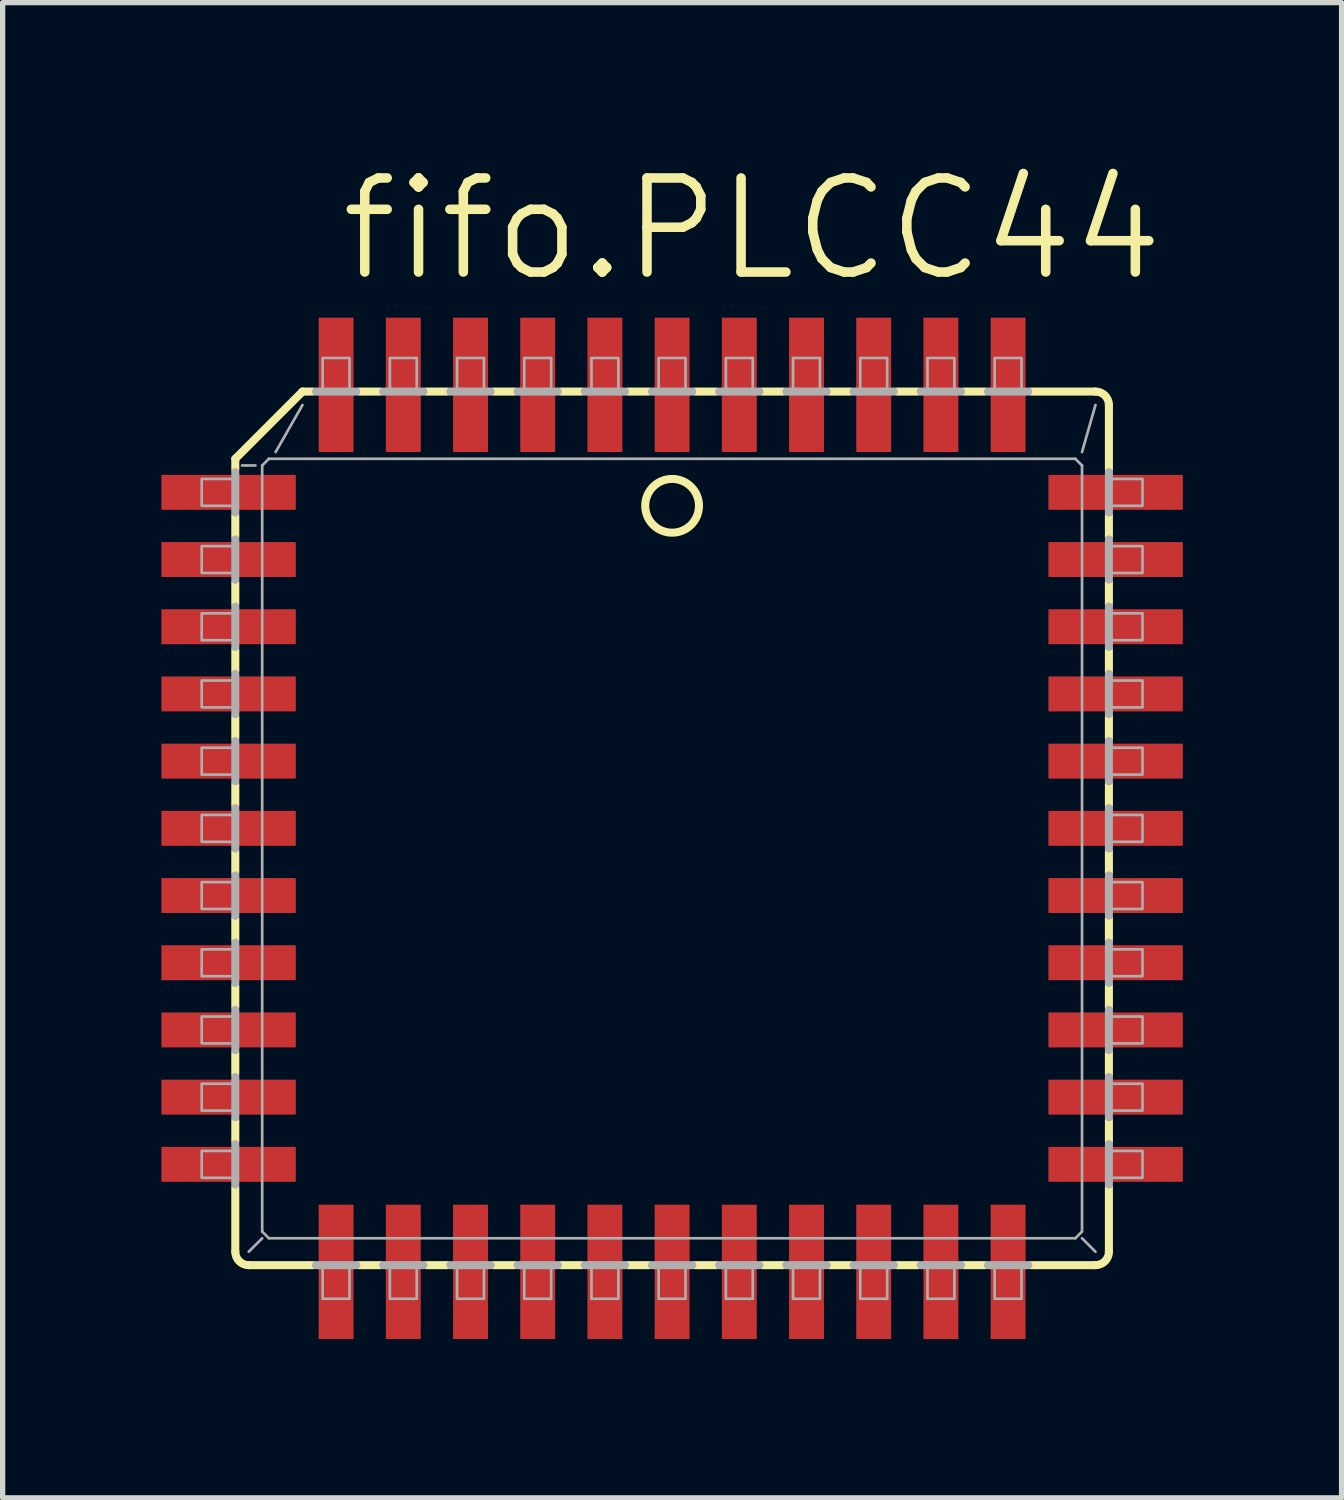
<source format=kicad_pcb>
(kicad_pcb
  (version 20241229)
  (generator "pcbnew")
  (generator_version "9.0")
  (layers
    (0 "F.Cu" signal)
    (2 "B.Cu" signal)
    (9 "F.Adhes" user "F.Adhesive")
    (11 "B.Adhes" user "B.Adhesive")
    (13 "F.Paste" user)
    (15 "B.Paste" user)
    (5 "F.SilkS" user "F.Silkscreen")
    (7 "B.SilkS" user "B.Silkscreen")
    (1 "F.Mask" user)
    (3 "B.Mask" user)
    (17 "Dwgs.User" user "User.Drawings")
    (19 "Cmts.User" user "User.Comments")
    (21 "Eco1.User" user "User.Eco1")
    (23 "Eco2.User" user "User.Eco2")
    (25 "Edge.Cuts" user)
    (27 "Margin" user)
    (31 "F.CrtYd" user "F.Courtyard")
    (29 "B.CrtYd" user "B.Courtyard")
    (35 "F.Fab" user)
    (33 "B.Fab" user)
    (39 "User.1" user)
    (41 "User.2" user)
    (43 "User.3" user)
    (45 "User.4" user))
  (footprint "fifo.PLCC44"
    (layer "F.Cu")
    (at 9.652 12.605)
    (property "Reference" "fifo.PLCC44" (at -6.35 -10.287 0) (layer "F.SilkS") (effects (font (size 1.778 1.778) (thickness 0.18)) (justify left bottom)))
    (attr smd)
    (fp_line (start -8.255 -6.985) (end -8.255 -6.782) (stroke (width 0.152) (type default)) (layer "F.SilkS"))
    (fp_line (start -8.255 -6.985) (end -6.985 -8.255) (stroke (width 0.152) (type default)) (layer "F.SilkS"))
    (fp_line (start -8.255 -5.918) (end -8.255 -5.512) (stroke (width 0.152) (type default)) (layer "F.SilkS"))
    (fp_line (start -8.255 -4.648) (end -8.255 -4.242) (stroke (width 0.152) (type default)) (layer "F.SilkS"))
    (fp_line (start -8.255 -3.378) (end -8.255 -2.972) (stroke (width 0.152) (type default)) (layer "F.SilkS"))
    (fp_line (start -8.255 -2.108) (end -8.255 -1.702) (stroke (width 0.152) (type default)) (layer "F.SilkS"))
    (fp_line (start -8.255 -0.838) (end -8.255 -0.432) (stroke (width 0.152) (type default)) (layer "F.SilkS"))
    (fp_line (start -8.255 0.432) (end -8.255 0.838) (stroke (width 0.152) (type default)) (layer "F.SilkS"))
    (fp_line (start -8.255 2.108) (end -8.255 1.702) (stroke (width 0.152) (type default)) (layer "F.SilkS"))
    (fp_line (start -8.255 2.972) (end -8.255 3.378) (stroke (width 0.152) (type default)) (layer "F.SilkS"))
    (fp_line (start -8.255 4.648) (end -8.255 4.242) (stroke (width 0.152) (type default)) (layer "F.SilkS"))
    (fp_line (start -8.255 5.512) (end -8.255 5.918) (stroke (width 0.152) (type default)) (layer "F.SilkS"))
    (fp_line (start -8.255 8.001) (end -8.255 6.782) (stroke (width 0.152) (type default)) (layer "F.SilkS"))
    (fp_line (start -8.001 8.255) (end -6.782 8.255) (stroke (width 0.152) (type default)) (layer "F.SilkS"))
    (fp_line (start -6.985 -8.255) (end -6.782 -8.255) (stroke (width 0.152) (type default)) (layer "F.SilkS"))
    (fp_line (start -5.918 8.255) (end -5.512 8.255) (stroke (width 0.152) (type default)) (layer "F.SilkS"))
    (fp_line (start -5.512 -8.255) (end -5.918 -8.255) (stroke (width 0.152) (type default)) (layer "F.SilkS"))
    (fp_line (start -4.648 -8.255) (end -4.242 -8.255) (stroke (width 0.152) (type default)) (layer "F.SilkS"))
    (fp_line (start -4.648 8.255) (end -4.242 8.255) (stroke (width 0.152) (type default)) (layer "F.SilkS"))
    (fp_line (start -3.378 8.255) (end -2.972 8.255) (stroke (width 0.152) (type default)) (layer "F.SilkS"))
    (fp_line (start -2.972 -8.255) (end -3.378 -8.255) (stroke (width 0.152) (type default)) (layer "F.SilkS"))
    (fp_line (start -2.108 -8.255) (end -1.702 -8.255) (stroke (width 0.152) (type default)) (layer "F.SilkS"))
    (fp_line (start -2.108 8.255) (end -1.702 8.255) (stroke (width 0.152) (type default)) (layer "F.SilkS"))
    (fp_line (start -0.838 8.255) (end -0.432 8.255) (stroke (width 0.152) (type default)) (layer "F.SilkS"))
    (fp_line (start -0.432 -8.255) (end -0.838 -8.255) (stroke (width 0.152) (type default)) (layer "F.SilkS"))
    (fp_line (start 0.432 8.255) (end 0.838 8.255) (stroke (width 0.152) (type default)) (layer "F.SilkS"))
    (fp_line (start 0.838 -8.255) (end 0.432 -8.255) (stroke (width 0.152) (type default)) (layer "F.SilkS"))
    (fp_line (start 2.108 -8.255) (end 1.702 -8.255) (stroke (width 0.152) (type default)) (layer "F.SilkS"))
    (fp_line (start 2.108 8.255) (end 1.702 8.255) (stroke (width 0.152) (type default)) (layer "F.SilkS"))
    (fp_line (start 2.972 8.255) (end 3.378 8.255) (stroke (width 0.152) (type default)) (layer "F.SilkS"))
    (fp_line (start 3.378 -8.255) (end 2.972 -8.255) (stroke (width 0.152) (type default)) (layer "F.SilkS"))
    (fp_line (start 4.648 -8.255) (end 4.242 -8.255) (stroke (width 0.152) (type default)) (layer "F.SilkS"))
    (fp_line (start 4.648 8.255) (end 4.242 8.255) (stroke (width 0.152) (type default)) (layer "F.SilkS"))
    (fp_line (start 5.512 8.255) (end 5.918 8.255) (stroke (width 0.152) (type default)) (layer "F.SilkS"))
    (fp_line (start 5.918 -8.255) (end 5.512 -8.255) (stroke (width 0.152) (type default)) (layer "F.SilkS"))
    (fp_line (start 8.001 -8.255) (end 6.782 -8.255) (stroke (width 0.152) (type default)) (layer "F.SilkS"))
    (fp_line (start 8.001 8.255) (end 6.782 8.255) (stroke (width 0.152) (type default)) (layer "F.SilkS"))
    (fp_line (start 8.255 -8.001) (end 8.255 -6.782) (stroke (width 0.152) (type default)) (layer "F.SilkS"))
    (fp_line (start 8.255 -5.512) (end 8.255 -5.918) (stroke (width 0.152) (type default)) (layer "F.SilkS"))
    (fp_line (start 8.255 -4.648) (end 8.255 -4.242) (stroke (width 0.152) (type default)) (layer "F.SilkS"))
    (fp_line (start 8.255 -2.972) (end 8.255 -3.378) (stroke (width 0.152) (type default)) (layer "F.SilkS"))
    (fp_line (start 8.255 -2.108) (end 8.255 -1.702) (stroke (width 0.152) (type default)) (layer "F.SilkS"))
    (fp_line (start 8.255 -0.432) (end 8.255 -0.838) (stroke (width 0.152) (type default)) (layer "F.SilkS"))
    (fp_line (start 8.255 0.838) (end 8.255 0.432) (stroke (width 0.152) (type default)) (layer "F.SilkS"))
    (fp_line (start 8.255 2.108) (end 8.255 1.702) (stroke (width 0.152) (type default)) (layer "F.SilkS"))
    (fp_line (start 8.255 3.378) (end 8.255 2.972) (stroke (width 0.152) (type default)) (layer "F.SilkS"))
    (fp_line (start 8.255 4.648) (end 8.255 4.242) (stroke (width 0.152) (type default)) (layer "F.SilkS"))
    (fp_line (start 8.255 5.918) (end 8.255 5.512) (stroke (width 0.152) (type default)) (layer "F.SilkS"))
    (fp_line (start 8.255 8.001) (end 8.255 6.782) (stroke (width 0.152) (type default)) (layer "F.SilkS"))
    (fp_arc (start -8.001 8.255) (mid -8.180605 8.180605) (end -8.255 8.001) (stroke (width 0.1524) (type default)) (layer "F.SilkS"))
    (fp_arc (start 8.001 -8.255) (mid 8.180605 -8.180605) (end 8.255 -8.001) (stroke (width 0.1524) (type default)) (layer "F.SilkS"))
    (fp_arc (start 8.255 8.001) (mid 8.180605 8.180605) (end 8.001 8.255) (stroke (width 0.1524) (type default)) (layer "F.SilkS"))
    (fp_circle (center 0 -6.096) (end 0.508 -6.096) (stroke (width 0.152) (type default)) (fill no) (layer "F.SilkS"))
    (fp_line (start -8.255 -6.731) (end -8.255 -5.969) (stroke (width 0.152) (type default)) (layer "F.Fab"))
    (fp_line (start -8.255 -5.461) (end -8.255 -4.699) (stroke (width 0.152) (type default)) (layer "F.Fab"))
    (fp_line (start -8.255 -4.191) (end -8.255 -3.429) (stroke (width 0.152) (type default)) (layer "F.Fab"))
    (fp_line (start -8.255 -2.921) (end -8.255 -2.159) (stroke (width 0.152) (type default)) (layer "F.Fab"))
    (fp_line (start -8.255 -1.651) (end -8.255 -0.889) (stroke (width 0.152) (type default)) (layer "F.Fab"))
    (fp_line (start -8.255 -0.381) (end -8.255 0.381) (stroke (width 0.152) (type default)) (layer "F.Fab"))
    (fp_line (start -8.255 0.889) (end -8.255 1.651) (stroke (width 0.152) (type default)) (layer "F.Fab"))
    (fp_line (start -8.255 2.159) (end -8.255 2.921) (stroke (width 0.152) (type default)) (layer "F.Fab"))
    (fp_line (start -8.255 3.429) (end -8.255 4.191) (stroke (width 0.152) (type default)) (layer "F.Fab"))
    (fp_line (start -8.255 4.699) (end -8.255 5.461) (stroke (width 0.152) (type default)) (layer "F.Fab"))
    (fp_line (start -8.255 5.969) (end -8.255 6.731) (stroke (width 0.152) (type default)) (layer "F.Fab"))
    (fp_line (start -8.128 -6.858) (end -7.874 -6.858) (stroke (width 0.051) (type default)) (layer "F.Fab"))
    (fp_line (start -7.747 7.62) (end -7.747 -6.858) (stroke (width 0.051) (type default)) (layer "F.Fab"))
    (fp_line (start -7.747 7.62) (end -7.62 7.747) (stroke (width 0.051) (type default)) (layer "F.Fab"))
    (fp_line (start -7.747 7.747) (end -8.001 8.001) (stroke (width 0.051) (type default)) (layer "F.Fab"))
    (fp_line (start -7.62 -6.985) (end -7.747 -6.858) (stroke (width 0.051) (type default)) (layer "F.Fab"))
    (fp_line (start -7.62 -6.985) (end 7.62 -6.985) (stroke (width 0.051) (type default)) (layer "F.Fab"))
    (fp_line (start -6.985 -8.001) (end -7.493 -7.112) (stroke (width 0.051) (type default)) (layer "F.Fab"))
    (fp_line (start -6.731 8.255) (end -5.969 8.255) (stroke (width 0.152) (type default)) (layer "F.Fab"))
    (fp_line (start -5.969 -8.255) (end -6.731 -8.255) (stroke (width 0.152) (type default)) (layer "F.Fab"))
    (fp_line (start -5.461 8.255) (end -4.699 8.255) (stroke (width 0.152) (type default)) (layer "F.Fab"))
    (fp_line (start -4.699 -8.255) (end -5.461 -8.255) (stroke (width 0.152) (type default)) (layer "F.Fab"))
    (fp_line (start -4.191 8.255) (end -3.429 8.255) (stroke (width 0.152) (type default)) (layer "F.Fab"))
    (fp_line (start -3.429 -8.255) (end -4.191 -8.255) (stroke (width 0.152) (type default)) (layer "F.Fab"))
    (fp_line (start -2.921 8.255) (end -2.159 8.255) (stroke (width 0.152) (type default)) (layer "F.Fab"))
    (fp_line (start -2.159 -8.255) (end -2.921 -8.255) (stroke (width 0.152) (type default)) (layer "F.Fab"))
    (fp_line (start -1.651 8.255) (end -0.889 8.255) (stroke (width 0.152) (type default)) (layer "F.Fab"))
    (fp_line (start -0.889 -8.255) (end -1.651 -8.255) (stroke (width 0.152) (type default)) (layer "F.Fab"))
    (fp_line (start -0.381 8.255) (end 0.381 8.255) (stroke (width 0.152) (type default)) (layer "F.Fab"))
    (fp_line (start 0.381 -8.255) (end -0.381 -8.255) (stroke (width 0.152) (type default)) (layer "F.Fab"))
    (fp_line (start 0.889 8.255) (end 1.651 8.255) (stroke (width 0.152) (type default)) (layer "F.Fab"))
    (fp_line (start 1.651 -8.255) (end 0.889 -8.255) (stroke (width 0.152) (type default)) (layer "F.Fab"))
    (fp_line (start 2.159 8.255) (end 2.921 8.255) (stroke (width 0.152) (type default)) (layer "F.Fab"))
    (fp_line (start 2.921 -8.255) (end 2.159 -8.255) (stroke (width 0.152) (type default)) (layer "F.Fab"))
    (fp_line (start 3.429 8.255) (end 4.191 8.255) (stroke (width 0.152) (type default)) (layer "F.Fab"))
    (fp_line (start 4.191 -8.255) (end 3.429 -8.255) (stroke (width 0.152) (type default)) (layer "F.Fab"))
    (fp_line (start 4.699 8.255) (end 5.461 8.255) (stroke (width 0.152) (type default)) (layer "F.Fab"))
    (fp_line (start 5.461 -8.255) (end 4.699 -8.255) (stroke (width 0.152) (type default)) (layer "F.Fab"))
    (fp_line (start 5.969 8.255) (end 6.731 8.255) (stroke (width 0.152) (type default)) (layer "F.Fab"))
    (fp_line (start 6.731 -8.255) (end 5.969 -8.255) (stroke (width 0.152) (type default)) (layer "F.Fab"))
    (fp_line (start 7.62 7.747) (end -7.62 7.747) (stroke (width 0.051) (type default)) (layer "F.Fab"))
    (fp_line (start 7.62 7.747) (end 7.747 7.62) (stroke (width 0.051) (type default)) (layer "F.Fab"))
    (fp_line (start 7.747 -6.858) (end 7.62 -6.985) (stroke (width 0.051) (type default)) (layer "F.Fab"))
    (fp_line (start 7.747 -6.858) (end 7.747 7.62) (stroke (width 0.051) (type default)) (layer "F.Fab"))
    (fp_line (start 7.747 7.747) (end 8.001 8.001) (stroke (width 0.051) (type default)) (layer "F.Fab"))
    (fp_line (start 8.001 -8.001) (end 7.747 -7.112) (stroke (width 0.051) (type default)) (layer "F.Fab"))
    (fp_line (start 8.255 -5.969) (end 8.255 -6.731) (stroke (width 0.152) (type default)) (layer "F.Fab"))
    (fp_line (start 8.255 -4.699) (end 8.255 -5.461) (stroke (width 0.152) (type default)) (layer "F.Fab"))
    (fp_line (start 8.255 -3.429) (end 8.255 -4.191) (stroke (width 0.152) (type default)) (layer "F.Fab"))
    (fp_line (start 8.255 -2.159) (end 8.255 -2.921) (stroke (width 0.152) (type default)) (layer "F.Fab"))
    (fp_line (start 8.255 -0.889) (end 8.255 -1.651) (stroke (width 0.152) (type default)) (layer "F.Fab"))
    (fp_line (start 8.255 0.381) (end 8.255 -0.381) (stroke (width 0.152) (type default)) (layer "F.Fab"))
    (fp_line (start 8.255 1.651) (end 8.255 0.889) (stroke (width 0.152) (type default)) (layer "F.Fab"))
    (fp_line (start 8.255 2.921) (end 8.255 2.159) (stroke (width 0.152) (type default)) (layer "F.Fab"))
    (fp_line (start 8.255 4.191) (end 8.255 3.429) (stroke (width 0.152) (type default)) (layer "F.Fab"))
    (fp_line (start 8.255 5.461) (end 8.255 4.699) (stroke (width 0.152) (type default)) (layer "F.Fab"))
    (fp_line (start 8.255 6.731) (end 8.255 5.969) (stroke (width 0.152) (type default)) (layer "F.Fab"))
    (fp_rect (start -8.89 -6.096) (end -8.255 -6.604) (stroke (width 0.05) (type default)) (fill no) (layer "F.Fab"))
    (fp_rect (start -8.89 -4.826) (end -8.255 -5.334) (stroke (width 0.05) (type default)) (fill no) (layer "F.Fab"))
    (fp_rect (start -8.89 -3.556) (end -8.255 -4.064) (stroke (width 0.05) (type default)) (fill no) (layer "F.Fab"))
    (fp_rect (start -8.89 -2.286) (end -8.255 -2.794) (stroke (width 0.05) (type default)) (fill no) (layer "F.Fab"))
    (fp_rect (start -8.89 -1.016) (end -8.255 -1.524) (stroke (width 0.05) (type default)) (fill no) (layer "F.Fab"))
    (fp_rect (start -8.89 0.254) (end -8.255 -0.254) (stroke (width 0.05) (type default)) (fill no) (layer "F.Fab"))
    (fp_rect (start -8.89 1.524) (end -8.255 1.016) (stroke (width 0.05) (type default)) (fill no) (layer "F.Fab"))
    (fp_rect (start -8.89 2.794) (end -8.255 2.286) (stroke (width 0.05) (type default)) (fill no) (layer "F.Fab"))
    (fp_rect (start -8.89 4.064) (end -8.255 3.556) (stroke (width 0.05) (type default)) (fill no) (layer "F.Fab"))
    (fp_rect (start -8.89 5.334) (end -8.255 4.826) (stroke (width 0.05) (type default)) (fill no) (layer "F.Fab"))
    (fp_rect (start -8.89 6.604) (end -8.255 6.096) (stroke (width 0.05) (type default)) (fill no) (layer "F.Fab"))
    (fp_rect (start -6.604 -8.255) (end -6.096 -8.89) (stroke (width 0.05) (type default)) (fill no) (layer "F.Fab"))
    (fp_rect (start -6.604 8.89) (end -6.096 8.255) (stroke (width 0.05) (type default)) (fill no) (layer "F.Fab"))
    (fp_rect (start -5.334 -8.255) (end -4.826 -8.89) (stroke (width 0.05) (type default)) (fill no) (layer "F.Fab"))
    (fp_rect (start -5.334 8.89) (end -4.826 8.255) (stroke (width 0.05) (type default)) (fill no) (layer "F.Fab"))
    (fp_rect (start -4.064 -8.255) (end -3.556 -8.89) (stroke (width 0.05) (type default)) (fill no) (layer "F.Fab"))
    (fp_rect (start -4.064 8.89) (end -3.556 8.255) (stroke (width 0.05) (type default)) (fill no) (layer "F.Fab"))
    (fp_rect (start -2.794 -8.255) (end -2.286 -8.89) (stroke (width 0.05) (type default)) (fill no) (layer "F.Fab"))
    (fp_rect (start -2.794 8.89) (end -2.286 8.255) (stroke (width 0.05) (type default)) (fill no) (layer "F.Fab"))
    (fp_rect (start -1.524 -8.255) (end -1.016 -8.89) (stroke (width 0.05) (type default)) (fill no) (layer "F.Fab"))
    (fp_rect (start -1.524 8.89) (end -1.016 8.255) (stroke (width 0.05) (type default)) (fill no) (layer "F.Fab"))
    (fp_rect (start -0.254 -8.255) (end 0.254 -8.89) (stroke (width 0.05) (type default)) (fill no) (layer "F.Fab"))
    (fp_rect (start -0.254 8.89) (end 0.254 8.255) (stroke (width 0.05) (type default)) (fill no) (layer "F.Fab"))
    (fp_rect (start 1.016 -8.255) (end 1.524 -8.89) (stroke (width 0.05) (type default)) (fill no) (layer "F.Fab"))
    (fp_rect (start 1.016 8.89) (end 1.524 8.255) (stroke (width 0.05) (type default)) (fill no) (layer "F.Fab"))
    (fp_rect (start 2.286 -8.255) (end 2.794 -8.89) (stroke (width 0.05) (type default)) (fill no) (layer "F.Fab"))
    (fp_rect (start 2.286 8.89) (end 2.794 8.255) (stroke (width 0.05) (type default)) (fill no) (layer "F.Fab"))
    (fp_rect (start 3.556 -8.255) (end 4.064 -8.89) (stroke (width 0.05) (type default)) (fill no) (layer "F.Fab"))
    (fp_rect (start 3.556 8.89) (end 4.064 8.255) (stroke (width 0.05) (type default)) (fill no) (layer "F.Fab"))
    (fp_rect (start 4.826 -8.255) (end 5.334 -8.89) (stroke (width 0.05) (type default)) (fill no) (layer "F.Fab"))
    (fp_rect (start 4.826 8.89) (end 5.334 8.255) (stroke (width 0.05) (type default)) (fill no) (layer "F.Fab"))
    (fp_rect (start 6.096 -8.255) (end 6.604 -8.89) (stroke (width 0.05) (type default)) (fill no) (layer "F.Fab"))
    (fp_rect (start 6.096 8.89) (end 6.604 8.255) (stroke (width 0.05) (type default)) (fill no) (layer "F.Fab"))
    (fp_rect (start 8.255 -6.096) (end 8.89 -6.604) (stroke (width 0.05) (type default)) (fill no) (layer "F.Fab"))
    (fp_rect (start 8.255 -4.826) (end 8.89 -5.334) (stroke (width 0.05) (type default)) (fill no) (layer "F.Fab"))
    (fp_rect (start 8.255 -3.556) (end 8.89 -4.064) (stroke (width 0.05) (type default)) (fill no) (layer "F.Fab"))
    (fp_rect (start 8.255 -2.286) (end 8.89 -2.794) (stroke (width 0.05) (type default)) (fill no) (layer "F.Fab"))
    (fp_rect (start 8.255 -1.016) (end 8.89 -1.524) (stroke (width 0.05) (type default)) (fill no) (layer "F.Fab"))
    (fp_rect (start 8.255 0.254) (end 8.89 -0.254) (stroke (width 0.05) (type default)) (fill no) (layer "F.Fab"))
    (fp_rect (start 8.255 1.524) (end 8.89 1.016) (stroke (width 0.05) (type default)) (fill no) (layer "F.Fab"))
    (fp_rect (start 8.255 2.794) (end 8.89 2.286) (stroke (width 0.05) (type default)) (fill no) (layer "F.Fab"))
    (fp_rect (start 8.255 4.064) (end 8.89 3.556) (stroke (width 0.05) (type default)) (fill no) (layer "F.Fab"))
    (fp_rect (start 8.255 5.334) (end 8.89 4.826) (stroke (width 0.05) (type default)) (fill no) (layer "F.Fab"))
    (fp_rect (start 8.255 6.604) (end 8.89 6.096) (stroke (width 0.05) (type default)) (fill no) (layer "F.Fab"))
    (pad "1" smd roundrect (at 0 -8.382) (size 0.66 2.54) (layers "F.Cu" "F.Mask" "F.Paste") (roundrect_rratio 0.01))
    (pad "2" smd roundrect (at -1.27 -8.382) (size 0.66 2.54) (layers "F.Cu" "F.Mask" "F.Paste") (roundrect_rratio 0.01))
    (pad "3" smd roundrect (at -2.54 -8.382) (size 0.66 2.54) (layers "F.Cu" "F.Mask" "F.Paste") (roundrect_rratio 0.01))
    (pad "4" smd roundrect (at -3.81 -8.382) (size 0.66 2.54) (layers "F.Cu" "F.Mask" "F.Paste") (roundrect_rratio 0.01))
    (pad "5" smd roundrect (at -5.08 -8.382) (size 0.66 2.54) (layers "F.Cu" "F.Mask" "F.Paste") (roundrect_rratio 0.01))
    (pad "6" smd roundrect (at -6.35 -8.382) (size 0.66 2.54) (layers "F.Cu" "F.Mask" "F.Paste") (roundrect_rratio 0.01))
    (pad "7" smd roundrect (at -8.382 -6.35) (size 2.54 0.66) (layers "F.Cu" "F.Mask" "F.Paste") (roundrect_rratio 0.01))
    (pad "8" smd roundrect (at -8.382 -5.08) (size 2.54 0.66) (layers "F.Cu" "F.Mask" "F.Paste") (roundrect_rratio 0.01))
    (pad "9" smd roundrect (at -8.382 -3.81) (size 2.54 0.66) (layers "F.Cu" "F.Mask" "F.Paste") (roundrect_rratio 0.01))
    (pad "10" smd roundrect (at -8.382 -2.54) (size 2.54 0.66) (layers "F.Cu" "F.Mask" "F.Paste") (roundrect_rratio 0.01))
    (pad "11" smd roundrect (at -8.382 -1.27) (size 2.54 0.66) (layers "F.Cu" "F.Mask" "F.Paste") (roundrect_rratio 0.01))
    (pad "12" smd roundrect (at -8.382 0) (size 2.54 0.66) (layers "F.Cu" "F.Mask" "F.Paste") (roundrect_rratio 0.01))
    (pad "13" smd roundrect (at -8.382 1.27) (size 2.54 0.66) (layers "F.Cu" "F.Mask" "F.Paste") (roundrect_rratio 0.01))
    (pad "14" smd roundrect (at -8.382 2.54) (size 2.54 0.66) (layers "F.Cu" "F.Mask" "F.Paste") (roundrect_rratio 0.01))
    (pad "15" smd roundrect (at -8.382 3.81) (size 2.54 0.66) (layers "F.Cu" "F.Mask" "F.Paste") (roundrect_rratio 0.01))
    (pad "16" smd roundrect (at -8.382 5.08) (size 2.54 0.66) (layers "F.Cu" "F.Mask" "F.Paste") (roundrect_rratio 0.01))
    (pad "17" smd roundrect (at -8.382 6.35) (size 2.54 0.66) (layers "F.Cu" "F.Mask" "F.Paste") (roundrect_rratio 0.01))
    (pad "18" smd roundrect (at -6.35 8.382) (size 0.66 2.54) (layers "F.Cu" "F.Mask" "F.Paste") (roundrect_rratio 0.01))
    (pad "19" smd roundrect (at -5.08 8.382) (size 0.66 2.54) (layers "F.Cu" "F.Mask" "F.Paste") (roundrect_rratio 0.01))
    (pad "20" smd roundrect (at -3.81 8.382) (size 0.66 2.54) (layers "F.Cu" "F.Mask" "F.Paste") (roundrect_rratio 0.01))
    (pad "21" smd roundrect (at -2.54 8.382) (size 0.66 2.54) (layers "F.Cu" "F.Mask" "F.Paste") (roundrect_rratio 0.01))
    (pad "22" smd roundrect (at -1.27 8.382) (size 0.66 2.54) (layers "F.Cu" "F.Mask" "F.Paste") (roundrect_rratio 0.01))
    (pad "23" smd roundrect (at 0 8.382) (size 0.66 2.54) (layers "F.Cu" "F.Mask" "F.Paste") (roundrect_rratio 0.01))
    (pad "24" smd roundrect (at 1.27 8.382) (size 0.66 2.54) (layers "F.Cu" "F.Mask" "F.Paste") (roundrect_rratio 0.01))
    (pad "25" smd roundrect (at 2.54 8.382) (size 0.66 2.54) (layers "F.Cu" "F.Mask" "F.Paste") (roundrect_rratio 0.01))
    (pad "26" smd roundrect (at 3.81 8.382) (size 0.66 2.54) (layers "F.Cu" "F.Mask" "F.Paste") (roundrect_rratio 0.01))
    (pad "27" smd roundrect (at 5.08 8.382) (size 0.66 2.54) (layers "F.Cu" "F.Mask" "F.Paste") (roundrect_rratio 0.01))
    (pad "28" smd roundrect (at 6.35 8.382) (size 0.66 2.54) (layers "F.Cu" "F.Mask" "F.Paste") (roundrect_rratio 0.01))
    (pad "29" smd roundrect (at 8.382 6.35) (size 2.54 0.66) (layers "F.Cu" "F.Mask" "F.Paste") (roundrect_rratio 0.01))
    (pad "30" smd roundrect (at 8.382 5.08) (size 2.54 0.66) (layers "F.Cu" "F.Mask" "F.Paste") (roundrect_rratio 0.01))
    (pad "31" smd roundrect (at 8.382 3.81) (size 2.54 0.66) (layers "F.Cu" "F.Mask" "F.Paste") (roundrect_rratio 0.01))
    (pad "32" smd roundrect (at 8.382 2.54) (size 2.54 0.66) (layers "F.Cu" "F.Mask" "F.Paste") (roundrect_rratio 0.01))
    (pad "33" smd roundrect (at 8.382 1.27) (size 2.54 0.66) (layers "F.Cu" "F.Mask" "F.Paste") (roundrect_rratio 0.01))
    (pad "34" smd roundrect (at 8.382 0) (size 2.54 0.66) (layers "F.Cu" "F.Mask" "F.Paste") (roundrect_rratio 0.01))
    (pad "35" smd roundrect (at 8.382 -1.27) (size 2.54 0.66) (layers "F.Cu" "F.Mask" "F.Paste") (roundrect_rratio 0.01))
    (pad "36" smd roundrect (at 8.382 -2.54) (size 2.54 0.66) (layers "F.Cu" "F.Mask" "F.Paste") (roundrect_rratio 0.01))
    (pad "37" smd roundrect (at 8.382 -3.81) (size 2.54 0.66) (layers "F.Cu" "F.Mask" "F.Paste") (roundrect_rratio 0.01))
    (pad "38" smd roundrect (at 8.382 -5.08) (size 2.54 0.66) (layers "F.Cu" "F.Mask" "F.Paste") (roundrect_rratio 0.01))
    (pad "39" smd roundrect (at 8.382 -6.35) (size 2.54 0.66) (layers "F.Cu" "F.Mask" "F.Paste") (roundrect_rratio 0.01))
    (pad "40" smd roundrect (at 6.35 -8.382) (size 0.66 2.54) (layers "F.Cu" "F.Mask" "F.Paste") (roundrect_rratio 0.01))
    (pad "41" smd roundrect (at 5.08 -8.382) (size 0.66 2.54) (layers "F.Cu" "F.Mask" "F.Paste") (roundrect_rratio 0.01))
    (pad "42" smd roundrect (at 3.81 -8.382) (size 0.66 2.54) (layers "F.Cu" "F.Mask" "F.Paste") (roundrect_rratio 0.01))
    (pad "43" smd roundrect (at 2.54 -8.382) (size 0.66 2.54) (layers "F.Cu" "F.Mask" "F.Paste") (roundrect_rratio 0.01))
    (pad "44" smd roundrect (at 1.27 -8.382) (size 0.66 2.54) (layers "F.Cu" "F.Mask" "F.Paste") (roundrect_rratio 0.01)))
  (gr_rect
    (start -3 -3)
    (end 22.304 25.257)
    (stroke (width 0.1) (type default))
    (fill no)
    (layer "Edge.Cuts")))
</source>
